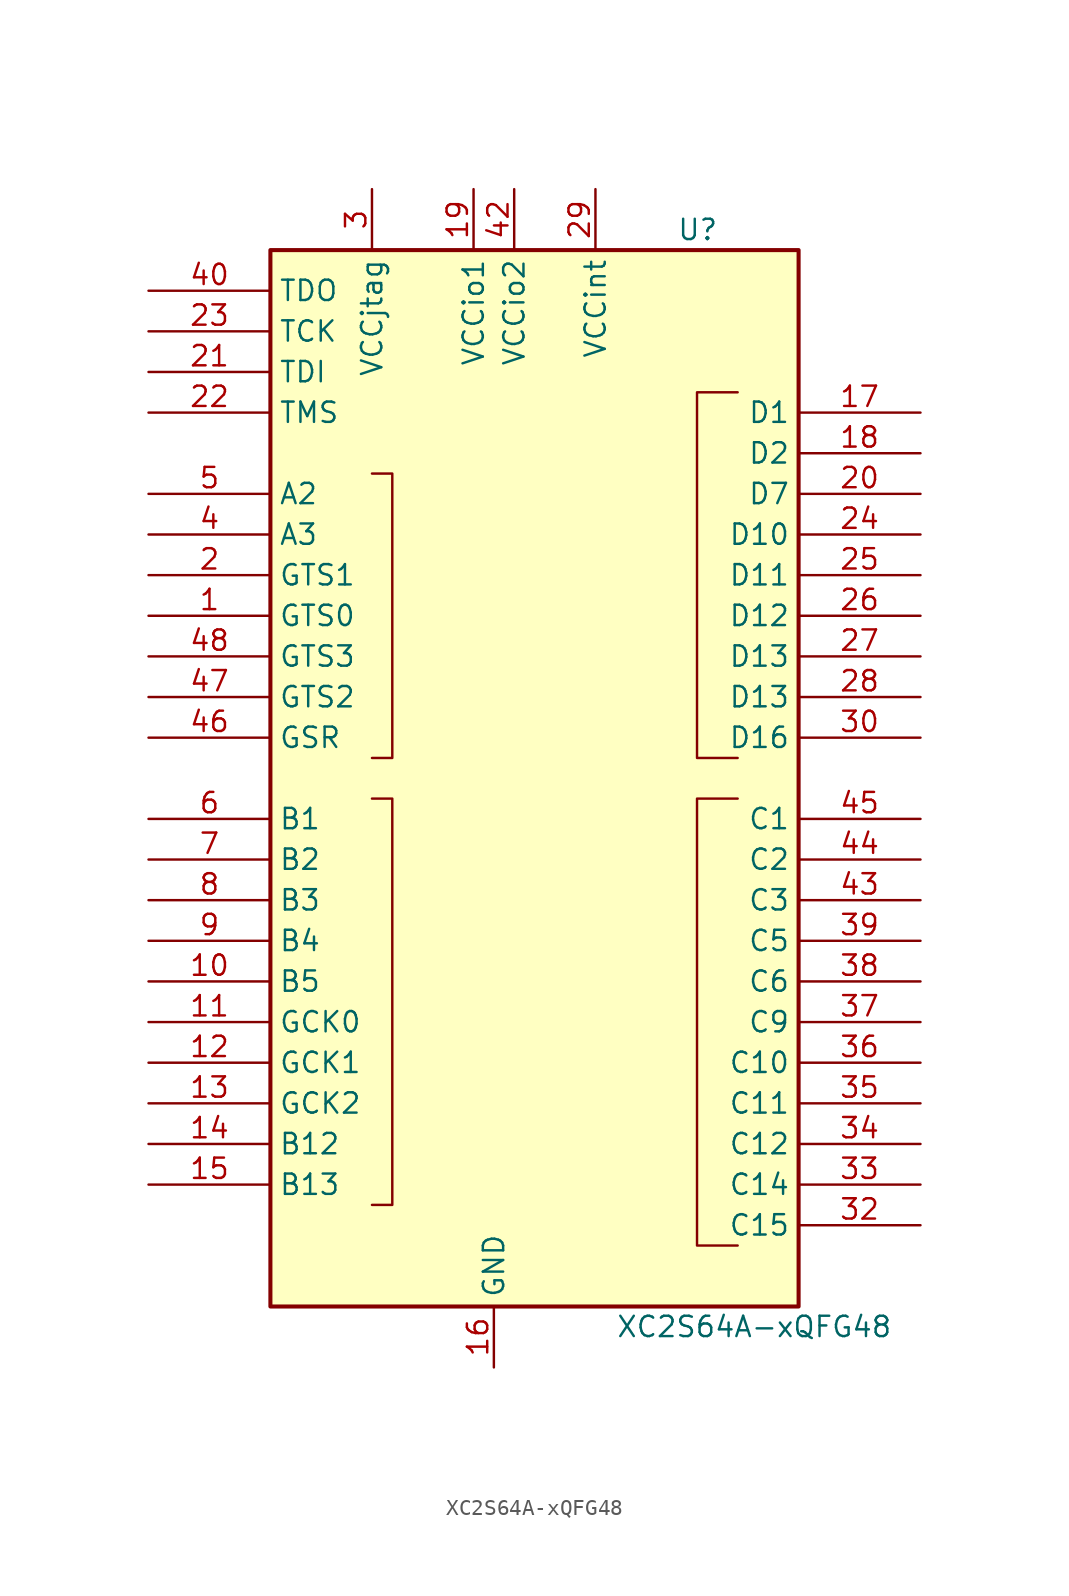
<source format=kicad_sym>
(kicad_symbol_lib
  (version 20241209)
  (generator "kicad_symbol_editor")
  (generator_version "9.0")
  (symbol "XC2S64A-xQFG48"
    (property "Reference" "U"
      (at 8.89 34.29 0)
      (effects (font (size 1.27 1.27)) (justify left)))
    (property "Value" "XC2S64A-xQFG48"
      (at 5.08 -34.29 0)
      (effects (font (size 1.27 1.27)) (justify left)))
    (symbol "XC2S64A-xQFG48_0_1"
      (rectangle (start -16.51 33.02) (end 16.51 -33.02) (stroke (width 0.254) (type default)) (fill (type background)))
      (polyline (pts (xy -10.16 19.05) (xy -8.89 19.05) (xy -8.89 1.27) (xy -10.16 1.27) (xy -10.16 1.27) (xy -10.16 1.27)) (stroke (width 0) (type default)) (fill (type none)))
      (polyline (pts (xy -10.16 -1.27) (xy -8.89 -1.27) (xy -8.89 -26.67) (xy -10.16 -26.67) (xy -10.16 -26.67)) (stroke (width 0) (type default)) (fill (type none)))
      (polyline (pts (xy 12.7 1.27) (xy 10.16 1.27) (xy 10.16 24.13) (xy 12.7 24.13) (xy 12.7 24.13)) (stroke (width 0) (type default)) (fill (type none)))
      (polyline (pts (xy 12.7 -1.27) (xy 10.16 -1.27) (xy 10.16 -29.21) (xy 12.7 -29.21) (xy 12.7 -29.21)) (stroke (width 0) (type default)) (fill (type none))))
    (symbol "XC2S64A-xQFG48_1_1"
      (pin output line (at -24.13 30.48 0) (length 7.62) (name "TDO" (effects (font (size 1.27 1.27)))) (number "40" (effects (font (size 1.27 1.27)))))
      (pin input line (at -24.13 27.94 0) (length 7.62) (name "TCK" (effects (font (size 1.27 1.27)))) (number "23" (effects (font (size 1.27 1.27)))))
      (pin input line (at -24.13 25.4 0) (length 7.62) (name "TDI" (effects (font (size 1.27 1.27)))) (number "21" (effects (font (size 1.27 1.27)))))
      (pin input line (at -24.13 22.86 0) (length 7.62) (name "TMS" (effects (font (size 1.27 1.27)))) (number "22" (effects (font (size 1.27 1.27)))))
      (pin bidirectional line (at -24.13 17.78 0) (length 7.62) (name "A2" (effects (font (size 1.27 1.27)))) (number "5" (effects (font (size 1.27 1.27)))))
      (pin bidirectional line (at -24.13 15.24 0) (length 7.62) (name "A3" (effects (font (size 1.27 1.27)))) (number "4" (effects (font (size 1.27 1.27)))))
      (pin bidirectional line (at -24.13 12.7 0) (length 7.62) (name "GTS1" (effects (font (size 1.27 1.27)))) (number "2" (effects (font (size 1.27 1.27)))))
      (pin bidirectional line (at -24.13 10.16 0) (length 7.62) (name "GTS0" (effects (font (size 1.27 1.27)))) (number "1" (effects (font (size 1.27 1.27)))))
      (pin bidirectional line (at -24.13 7.62 0) (length 7.62) (name "GTS3" (effects (font (size 1.27 1.27)))) (number "48" (effects (font (size 1.27 1.27)))))
      (pin bidirectional line (at -24.13 5.08 0) (length 7.62) (name "GTS2" (effects (font (size 1.27 1.27)))) (number "47" (effects (font (size 1.27 1.27)))))
      (pin bidirectional line (at -24.13 2.54 0) (length 7.62) (name "GSR" (effects (font (size 1.27 1.27)))) (number "46" (effects (font (size 1.27 1.27)))))
      (pin bidirectional line (at -24.13 -2.54 0) (length 7.62) (name "B1" (effects (font (size 1.27 1.27)))) (number "6" (effects (font (size 1.27 1.27)))))
      (pin bidirectional line (at -24.13 -5.08 0) (length 7.62) (name "B2" (effects (font (size 1.27 1.27)))) (number "7" (effects (font (size 1.27 1.27)))))
      (pin bidirectional line (at -24.13 -7.62 0) (length 7.62) (name "B3" (effects (font (size 1.27 1.27)))) (number "8" (effects (font (size 1.27 1.27)))))
      (pin passive line (at -24.13 -10.16 0) (length 7.62) (name "B4" (effects (font (size 1.27 1.27)))) (number "9" (effects (font (size 1.27 1.27)))))
      (pin bidirectional line (at -24.13 -12.7 0) (length 7.62) (name "B5" (effects (font (size 1.27 1.27)))) (number "10" (effects (font (size 1.27 1.27)))))
      (pin passive line (at -24.13 -15.24 0) (length 7.62) (name "GCK0" (effects (font (size 1.27 1.27)))) (number "11" (effects (font (size 1.27 1.27)))))
      (pin bidirectional line (at -24.13 -17.78 0) (length 7.62) (name "GCK1" (effects (font (size 1.27 1.27)))) (number "12" (effects (font (size 1.27 1.27)))))
      (pin bidirectional line (at -24.13 -20.32 0) (length 7.62) (name "GCK2" (effects (font (size 1.27 1.27)))) (number "13" (effects (font (size 1.27 1.27)))))
      (pin bidirectional line (at -24.13 -22.86 0) (length 7.62) (name "B12" (effects (font (size 1.27 1.27)))) (number "14" (effects (font (size 1.27 1.27)))))
      (pin bidirectional line (at -24.13 -25.4 0) (length 7.62) (name "B13" (effects (font (size 1.27 1.27)))) (number "15" (effects (font (size 1.27 1.27)))))
      (pin power_in line (at -10.16 36.83 270) (length 3.81) (name "VCCjtag" (effects (font (size 1.27 1.27)))) (number "3" (effects (font (size 1.27 1.27)))))
      (pin power_in line (at -3.81 36.83 270) (length 3.81) (name "VCCio1" (effects (font (size 1.27 1.27)))) (number "19" (effects (font (size 1.27 1.27)))))
      (pin power_in line (at -2.54 -36.83 90) (length 3.81) (name "GND" (effects (font (size 1.27 1.27)))) (number "16" (effects (font (size 1.27 1.27)))))
      (pin passive line (at -2.54 -36.83 90) (length 3.81) (hide yes) (name "GND" (effects (font (size 1.27 1.27)))) (number "31" (effects (font (size 1.27 1.27)))))
      (pin passive line (at -2.54 -36.83 90) (length 3.81) (hide yes) (name "GND" (effects (font (size 1.27 1.27)))) (number "41" (effects (font (size 1.27 1.27)))))
      (pin power_in line (at -1.27 36.83 270) (length 3.81) (name "VCCio2" (effects (font (size 1.27 1.27)))) (number "42" (effects (font (size 1.27 1.27)))))
      (pin power_in line (at 3.81 36.83 270) (length 3.81) (name "VCCint" (effects (font (size 1.27 1.27)))) (number "29" (effects (font (size 1.27 1.27)))))
      (pin bidirectional line (at 24.13 22.86 180) (length 7.62) (name "D1" (effects (font (size 1.27 1.27)))) (number "17" (effects (font (size 1.27 1.27)))))
      (pin bidirectional line (at 24.13 20.32 180) (length 7.62) (name "D2" (effects (font (size 1.27 1.27)))) (number "18" (effects (font (size 1.27 1.27)))))
      (pin bidirectional line (at 24.13 17.78 180) (length 7.62) (name "D7" (effects (font (size 1.27 1.27)))) (number "20" (effects (font (size 1.27 1.27)))))
      (pin bidirectional line (at 24.13 15.24 180) (length 7.62) (name "D10" (effects (font (size 1.27 1.27)))) (number "24" (effects (font (size 1.27 1.27)))))
      (pin bidirectional line (at 24.13 12.7 180) (length 7.62) (name "D11" (effects (font (size 1.27 1.27)))) (number "25" (effects (font (size 1.27 1.27)))))
      (pin bidirectional line (at 24.13 10.16 180) (length 7.62) (name "D12" (effects (font (size 1.27 1.27)))) (number "26" (effects (font (size 1.27 1.27)))))
      (pin bidirectional line (at 24.13 7.62 180) (length 7.62) (name "D13" (effects (font (size 1.27 1.27)))) (number "27" (effects (font (size 1.27 1.27)))))
      (pin bidirectional line (at 24.13 5.08 180) (length 7.62) (name "D13" (effects (font (size 1.27 1.27)))) (number "28" (effects (font (size 1.27 1.27)))))
      (pin bidirectional line (at 24.13 2.54 180) (length 7.62) (name "D16" (effects (font (size 1.27 1.27)))) (number "30" (effects (font (size 1.27 1.27)))))
      (pin bidirectional line (at 24.13 -2.54 180) (length 7.62) (name "C1" (effects (font (size 1.27 1.27)))) (number "45" (effects (font (size 1.27 1.27)))))
      (pin bidirectional line (at 24.13 -5.08 180) (length 7.62) (name "C2" (effects (font (size 1.27 1.27)))) (number "44" (effects (font (size 1.27 1.27)))))
      (pin bidirectional line (at 24.13 -7.62 180) (length 7.62) (name "C3" (effects (font (size 1.27 1.27)))) (number "43" (effects (font (size 1.27 1.27)))))
      (pin bidirectional line (at 24.13 -10.16 180) (length 7.62) (name "C5" (effects (font (size 1.27 1.27)))) (number "39" (effects (font (size 1.27 1.27)))))
      (pin bidirectional line (at 24.13 -12.7 180) (length 7.62) (name "C6" (effects (font (size 1.27 1.27)))) (number "38" (effects (font (size 1.27 1.27)))))
      (pin bidirectional line (at 24.13 -15.24 180) (length 7.62) (name "C9" (effects (font (size 1.27 1.27)))) (number "37" (effects (font (size 1.27 1.27)))))
      (pin bidirectional line (at 24.13 -17.78 180) (length 7.62) (name "C10" (effects (font (size 1.27 1.27)))) (number "36" (effects (font (size 1.27 1.27)))))
      (pin bidirectional line (at 24.13 -20.32 180) (length 7.62) (name "C11" (effects (font (size 1.27 1.27)))) (number "35" (effects (font (size 1.27 1.27)))))
      (pin bidirectional line (at 24.13 -22.86 180) (length 7.62) (name "C12" (effects (font (size 1.27 1.27)))) (number "34" (effects (font (size 1.27 1.27)))))
      (pin bidirectional line (at 24.13 -25.4 180) (length 7.62) (name "C14" (effects (font (size 1.27 1.27)))) (number "33" (effects (font (size 1.27 1.27)))))
      (pin bidirectional line (at 24.13 -27.94 180) (length 7.62) (name "C15" (effects (font (size 1.27 1.27)))) (number "32" (effects (font (size 1.27 1.27))))))))
</source>
